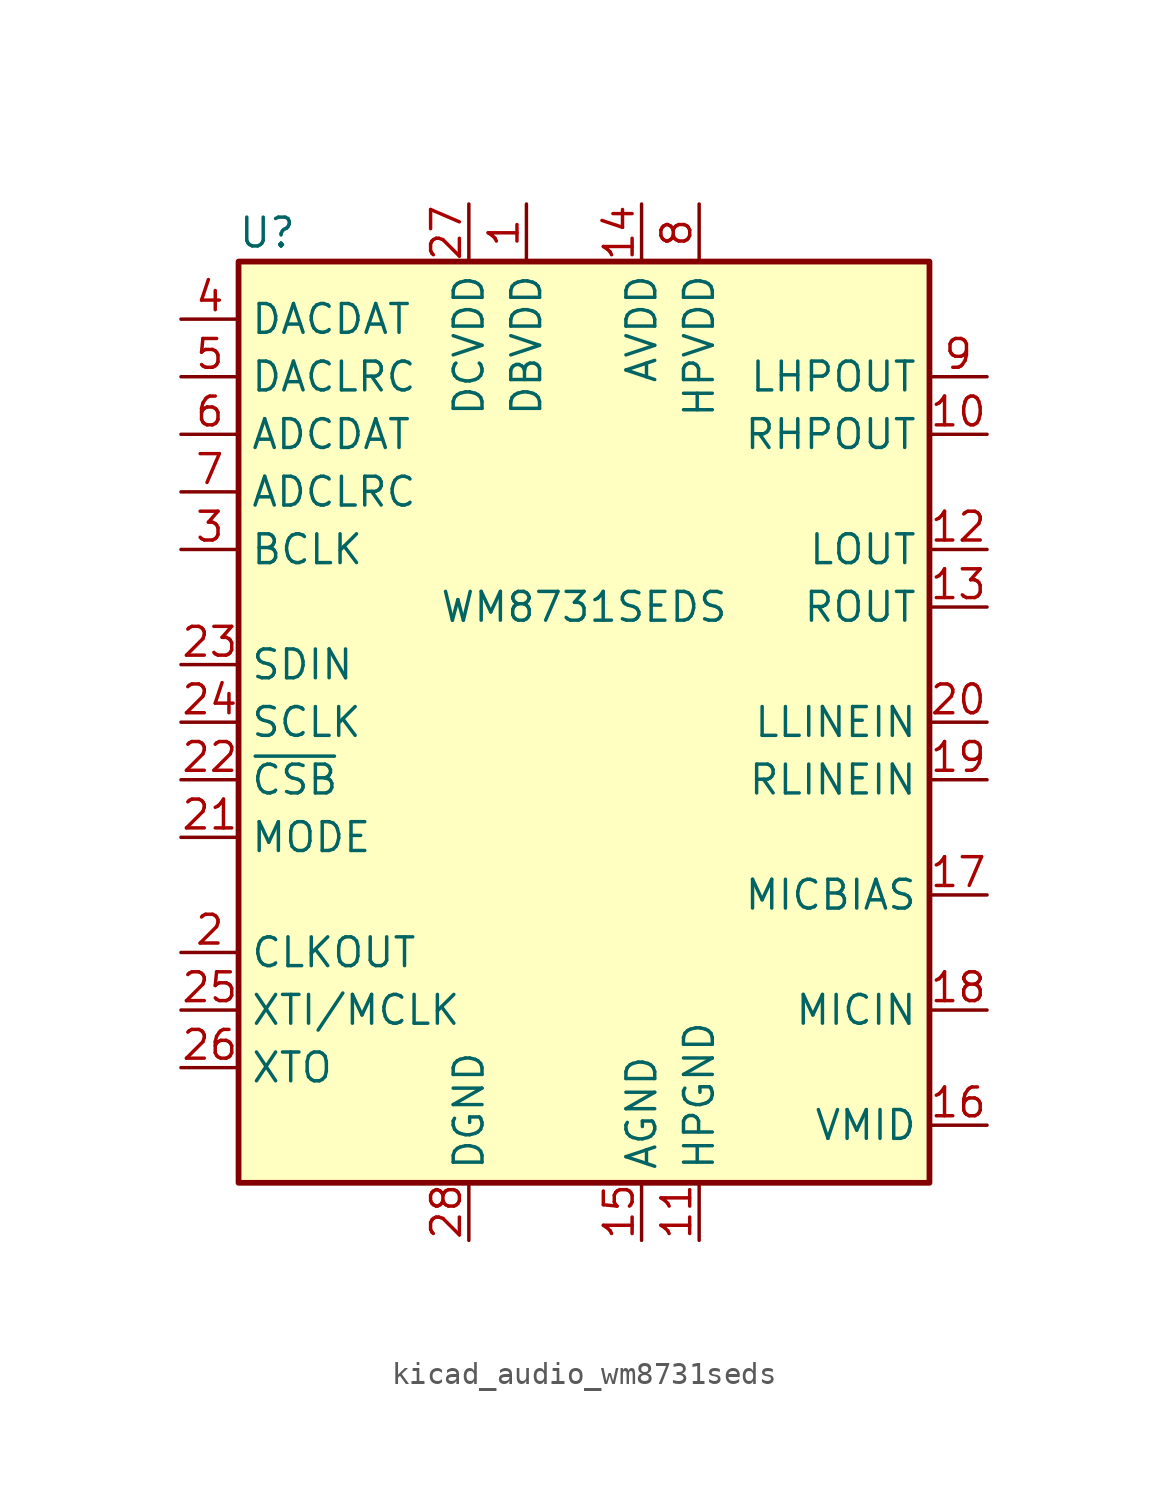
<source format=kicad_sym>
(kicad_symbol_lib
  (version 20220914)
  (generator kicad_symbol_editor)
  (symbol "kicad_audio_wm8731seds"
    (property "Reference" "U"
      (at -13.97 21.59 0)
      (effects (font (size 1.27 1.27))))
    (property "Value" "WM8731SEDS"
      (at 0 5.08 0)
      (effects (font (size 1.27 1.27))))
    (symbol "kicad_audio_wm8731seds_0_1"
      (rectangle (start -15.24 20.32) (end 15.24 -20.32) (stroke (width 0.254) (type default)) (fill (type background))))
    (symbol "kicad_audio_wm8731seds_1_1"
      (pin power_in line (at -2.54 22.86 270) (length 2.54) (name "DBVDD" (effects (font (size 1.27 1.27)))) (number "1" (effects (font (size 1.27 1.27)))))
      (pin output line (at 17.78 12.7 180) (length 2.54) (name "RHPOUT" (effects (font (size 1.27 1.27)))) (number "10" (effects (font (size 1.27 1.27)))))
      (pin power_in line (at 5.08 -22.86 90) (length 2.54) (name "HPGND" (effects (font (size 1.27 1.27)))) (number "11" (effects (font (size 1.27 1.27)))))
      (pin output line (at 17.78 7.62 180) (length 2.54) (name "LOUT" (effects (font (size 1.27 1.27)))) (number "12" (effects (font (size 1.27 1.27)))))
      (pin output line (at 17.78 5.08 180) (length 2.54) (name "ROUT" (effects (font (size 1.27 1.27)))) (number "13" (effects (font (size 1.27 1.27)))))
      (pin power_in line (at 2.54 22.86 270) (length 2.54) (name "AVDD" (effects (font (size 1.27 1.27)))) (number "14" (effects (font (size 1.27 1.27)))))
      (pin power_in line (at 2.54 -22.86 90) (length 2.54) (name "AGND" (effects (font (size 1.27 1.27)))) (number "15" (effects (font (size 1.27 1.27)))))
      (pin passive line (at 17.78 -17.78 180) (length 2.54) (name "VMID" (effects (font (size 1.27 1.27)))) (number "16" (effects (font (size 1.27 1.27)))))
      (pin output line (at 17.78 -7.62 180) (length 2.54) (name "MICBIAS" (effects (font (size 1.27 1.27)))) (number "17" (effects (font (size 1.27 1.27)))))
      (pin input line (at 17.78 -12.7 180) (length 2.54) (name "MICIN" (effects (font (size 1.27 1.27)))) (number "18" (effects (font (size 1.27 1.27)))))
      (pin input line (at 17.78 -2.54 180) (length 2.54) (name "RLINEIN" (effects (font (size 1.27 1.27)))) (number "19" (effects (font (size 1.27 1.27)))))
      (pin output line (at -17.78 -10.16 0) (length 2.54) (name "CLKOUT" (effects (font (size 1.27 1.27)))) (number "2" (effects (font (size 1.27 1.27)))))
      (pin input line (at 17.78 0 180) (length 2.54) (name "LLINEIN" (effects (font (size 1.27 1.27)))) (number "20" (effects (font (size 1.27 1.27)))))
      (pin input line (at -17.78 -5.08 0) (length 2.54) (name "MODE" (effects (font (size 1.27 1.27)))) (number "21" (effects (font (size 1.27 1.27)))))
      (pin input line (at -17.78 -2.54 0) (length 2.54) (name "~{CSB}" (effects (font (size 1.27 1.27)))) (number "22" (effects (font (size 1.27 1.27)))))
      (pin bidirectional line (at -17.78 2.54 0) (length 2.54) (name "SDIN" (effects (font (size 1.27 1.27)))) (number "23" (effects (font (size 1.27 1.27)))))
      (pin input line (at -17.78 0 0) (length 2.54) (name "SCLK" (effects (font (size 1.27 1.27)))) (number "24" (effects (font (size 1.27 1.27)))))
      (pin input line (at -17.78 -12.7 0) (length 2.54) (name "XTI/MCLK" (effects (font (size 1.27 1.27)))) (number "25" (effects (font (size 1.27 1.27)))))
      (pin output line (at -17.78 -15.24 0) (length 2.54) (name "XTO" (effects (font (size 1.27 1.27)))) (number "26" (effects (font (size 1.27 1.27)))))
      (pin power_in line (at -5.08 22.86 270) (length 2.54) (name "DCVDD" (effects (font (size 1.27 1.27)))) (number "27" (effects (font (size 1.27 1.27)))))
      (pin power_in line (at -5.08 -22.86 90) (length 2.54) (name "DGND" (effects (font (size 1.27 1.27)))) (number "28" (effects (font (size 1.27 1.27)))))
      (pin bidirectional line (at -17.78 7.62 0) (length 2.54) (name "BCLK" (effects (font (size 1.27 1.27)))) (number "3" (effects (font (size 1.27 1.27)))))
      (pin input line (at -17.78 17.78 0) (length 2.54) (name "DACDAT" (effects (font (size 1.27 1.27)))) (number "4" (effects (font (size 1.27 1.27)))))
      (pin bidirectional line (at -17.78 15.24 0) (length 2.54) (name "DACLRC" (effects (font (size 1.27 1.27)))) (number "5" (effects (font (size 1.27 1.27)))))
      (pin output line (at -17.78 12.7 0) (length 2.54) (name "ADCDAT" (effects (font (size 1.27 1.27)))) (number "6" (effects (font (size 1.27 1.27)))))
      (pin bidirectional line (at -17.78 10.16 0) (length 2.54) (name "ADCLRC" (effects (font (size 1.27 1.27)))) (number "7" (effects (font (size 1.27 1.27)))))
      (pin power_in line (at 5.08 22.86 270) (length 2.54) (name "HPVDD" (effects (font (size 1.27 1.27)))) (number "8" (effects (font (size 1.27 1.27)))))
      (pin output line (at 17.78 15.24 180) (length 2.54) (name "LHPOUT" (effects (font (size 1.27 1.27)))) (number "9" (effects (font (size 1.27 1.27))))))))
</source>
